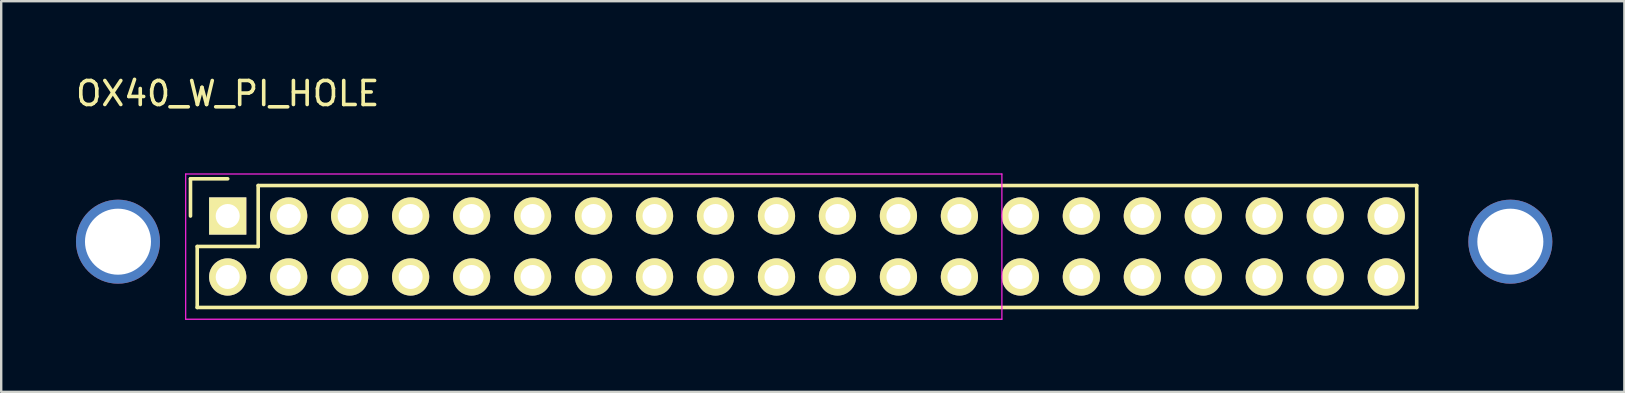
<source format=kicad_pcb>
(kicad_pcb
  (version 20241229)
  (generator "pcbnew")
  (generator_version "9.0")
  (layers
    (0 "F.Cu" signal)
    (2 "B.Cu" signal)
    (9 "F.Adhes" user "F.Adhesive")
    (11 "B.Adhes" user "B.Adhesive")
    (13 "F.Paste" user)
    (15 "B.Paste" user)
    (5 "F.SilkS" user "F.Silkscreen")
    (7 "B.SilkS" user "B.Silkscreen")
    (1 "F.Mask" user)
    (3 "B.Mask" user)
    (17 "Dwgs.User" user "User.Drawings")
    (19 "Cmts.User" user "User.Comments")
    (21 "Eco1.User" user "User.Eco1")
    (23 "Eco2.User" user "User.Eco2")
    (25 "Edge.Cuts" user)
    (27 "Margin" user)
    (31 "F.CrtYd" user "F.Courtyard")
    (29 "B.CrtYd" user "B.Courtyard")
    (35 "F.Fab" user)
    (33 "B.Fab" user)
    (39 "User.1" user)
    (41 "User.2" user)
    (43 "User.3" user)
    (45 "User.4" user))
  (footprint "OX40_W_PI_HOLE"
    (layer "F.Cu")
    (at 6.435 5.948)
    (property "Reference" "OX40_W_PI_HOLE" (at 0 -5.1 0) (layer "F.SilkS") (effects (font (size 1 1) (thickness 0.15))))
    (attr through_hole)
    (fp_line (start -1.55 -1.55) (end -1.55 0) (stroke (width 0.15) (type solid)) (layer "F.SilkS"))
    (fp_line (start -1.27 1.27) (end 1.27 1.27) (stroke (width 0.15) (type solid)) (layer "F.SilkS"))
    (fp_line (start -1.27 3.81) (end -1.27 1.27) (stroke (width 0.15) (type solid)) (layer "F.SilkS"))
    (fp_line (start -1.27 3.81) (end 49.53 3.81) (stroke (width 0.15) (type solid)) (layer "F.SilkS"))
    (fp_line (start 0 -1.55) (end -1.55 -1.55) (stroke (width 0.15) (type solid)) (layer "F.SilkS"))
    (fp_line (start 1.27 -1.27) (end 49.53 -1.27) (stroke (width 0.15) (type solid)) (layer "F.SilkS"))
    (fp_line (start 1.27 1.27) (end 1.27 -1.27) (stroke (width 0.15) (type solid)) (layer "F.SilkS"))
    (fp_line (start 49.53 3.81) (end 49.53 -1.27) (stroke (width 0.15) (type solid)) (layer "F.SilkS"))
    (fp_line (start -1.75 -1.75) (end -1.75 4.3) (stroke (width 0.05) (type solid)) (layer "F.CrtYd"))
    (fp_line (start -1.75 -1.75) (end 32.25 -1.75) (stroke (width 0.05) (type solid)) (layer "F.CrtYd"))
    (fp_line (start -1.75 4.3) (end 32.25 4.3) (stroke (width 0.05) (type solid)) (layer "F.CrtYd"))
    (fp_line (start 32.25 -1.75) (end 32.25 4.3) (stroke (width 0.05) (type solid)) (layer "F.CrtYd"))
    (pad "" np_thru_hole circle (at -4.57 1.07) (size 3.5 3.5) (drill 2.75) (layers "*.Cu" "*.Mask"))
    (pad "" np_thru_hole circle (at 53.43 1.07) (size 3.5 3.5) (drill 2.75) (layers "*.Cu" "*.Mask"))
    (pad "1" thru_hole rect (at 0 0) (size 1.55 1.55) (drill 1) (layers "*.Cu" "*.Mask" "F.SilkS"))
    (pad "2" thru_hole oval (at 0 2.54) (size 1.55 1.55) (drill 1) (layers "*.Cu" "*.Mask" "F.SilkS"))
    (pad "3" thru_hole oval (at 2.54 0) (size 1.55 1.55) (drill 1) (layers "*.Cu" "*.Mask" "F.SilkS"))
    (pad "4" thru_hole oval (at 2.54 2.54) (size 1.55 1.55) (drill 1) (layers "*.Cu" "*.Mask" "F.SilkS"))
    (pad "5" thru_hole oval (at 5.08 0) (size 1.55 1.55) (drill 1) (layers "*.Cu" "*.Mask" "F.SilkS"))
    (pad "6" thru_hole oval (at 5.08 2.54) (size 1.55 1.55) (drill 1) (layers "*.Cu" "*.Mask" "F.SilkS"))
    (pad "7" thru_hole oval (at 7.62 0) (size 1.55 1.55) (drill 1) (layers "*.Cu" "*.Mask" "F.SilkS"))
    (pad "8" thru_hole oval (at 7.62 2.54) (size 1.55 1.55) (drill 1) (layers "*.Cu" "*.Mask" "F.SilkS"))
    (pad "9" thru_hole oval (at 10.16 0) (size 1.55 1.55) (drill 1) (layers "*.Cu" "*.Mask" "F.SilkS"))
    (pad "10" thru_hole oval (at 10.16 2.54) (size 1.55 1.55) (drill 1) (layers "*.Cu" "*.Mask" "F.SilkS"))
    (pad "11" thru_hole oval (at 12.7 0) (size 1.55 1.55) (drill 1) (layers "*.Cu" "*.Mask" "F.SilkS"))
    (pad "12" thru_hole oval (at 12.7 2.54) (size 1.55 1.55) (drill 1) (layers "*.Cu" "*.Mask" "F.SilkS"))
    (pad "13" thru_hole oval (at 15.24 0) (size 1.55 1.55) (drill 1) (layers "*.Cu" "*.Mask" "F.SilkS"))
    (pad "14" thru_hole oval (at 15.24 2.54) (size 1.55 1.55) (drill 1) (layers "*.Cu" "*.Mask" "F.SilkS"))
    (pad "15" thru_hole oval (at 17.78 0) (size 1.55 1.55) (drill 1) (layers "*.Cu" "*.Mask" "F.SilkS"))
    (pad "16" thru_hole oval (at 17.78 2.54) (size 1.55 1.55) (drill 1) (layers "*.Cu" "*.Mask" "F.SilkS"))
    (pad "17" thru_hole oval (at 20.32 0) (size 1.55 1.55) (drill 1) (layers "*.Cu" "*.Mask" "F.SilkS"))
    (pad "18" thru_hole oval (at 20.32 2.54) (size 1.55 1.55) (drill 1) (layers "*.Cu" "*.Mask" "F.SilkS"))
    (pad "19" thru_hole oval (at 22.86 0) (size 1.55 1.55) (drill 1) (layers "*.Cu" "*.Mask" "F.SilkS"))
    (pad "20" thru_hole oval (at 22.86 2.54) (size 1.55 1.55) (drill 1) (layers "*.Cu" "*.Mask" "F.SilkS"))
    (pad "21" thru_hole oval (at 25.4 0) (size 1.55 1.55) (drill 1) (layers "*.Cu" "*.Mask" "F.SilkS"))
    (pad "22" thru_hole oval (at 25.4 2.54) (size 1.55 1.55) (drill 1) (layers "*.Cu" "*.Mask" "F.SilkS"))
    (pad "23" thru_hole oval (at 27.94 0) (size 1.55 1.55) (drill 1) (layers "*.Cu" "*.Mask" "F.SilkS"))
    (pad "24" thru_hole oval (at 27.94 2.54) (size 1.55 1.55) (drill 1) (layers "*.Cu" "*.Mask" "F.SilkS"))
    (pad "25" thru_hole oval (at 30.48 0) (size 1.55 1.55) (drill 1) (layers "*.Cu" "*.Mask" "F.SilkS"))
    (pad "26" thru_hole oval (at 30.48 2.54) (size 1.55 1.55) (drill 1) (layers "*.Cu" "*.Mask" "F.SilkS"))
    (pad "27" thru_hole oval (at 33.02 0) (size 1.55 1.55) (drill 1) (layers "*.Cu" "*.Mask" "F.SilkS"))
    (pad "28" thru_hole oval (at 33.02 2.54) (size 1.55 1.55) (drill 1) (layers "*.Cu" "*.Mask" "F.SilkS"))
    (pad "29" thru_hole oval (at 35.56 0) (size 1.55 1.55) (drill 1) (layers "*.Cu" "*.Mask" "F.SilkS"))
    (pad "30" thru_hole oval (at 35.56 2.54) (size 1.55 1.55) (drill 1) (layers "*.Cu" "*.Mask" "F.SilkS"))
    (pad "31" thru_hole oval (at 38.1 0) (size 1.55 1.55) (drill 1) (layers "*.Cu" "*.Mask" "F.SilkS"))
    (pad "32" thru_hole oval (at 38.1 2.54) (size 1.55 1.55) (drill 1) (layers "*.Cu" "*.Mask" "F.SilkS"))
    (pad "33" thru_hole oval (at 40.64 0) (size 1.55 1.55) (drill 1) (layers "*.Cu" "*.Mask" "F.SilkS"))
    (pad "34" thru_hole oval (at 40.64 2.54) (size 1.55 1.55) (drill 1) (layers "*.Cu" "*.Mask" "F.SilkS"))
    (pad "35" thru_hole oval (at 43.18 0) (size 1.55 1.55) (drill 1) (layers "*.Cu" "*.Mask" "F.SilkS"))
    (pad "36" thru_hole oval (at 43.18 2.54) (size 1.55 1.55) (drill 1) (layers "*.Cu" "*.Mask" "F.SilkS"))
    (pad "37" thru_hole oval (at 45.72 0) (size 1.55 1.55) (drill 1) (layers "*.Cu" "*.Mask" "F.SilkS"))
    (pad "38" thru_hole oval (at 45.72 2.54) (size 1.55 1.55) (drill 1) (layers "*.Cu" "*.Mask" "F.SilkS"))
    (pad "39" thru_hole oval (at 48.26 0) (size 1.55 1.55) (drill 1) (layers "*.Cu" "*.Mask" "F.SilkS"))
    (pad "40" thru_hole oval (at 48.26 2.54) (size 1.55 1.55) (drill 1) (layers "*.Cu" "*.Mask" "F.SilkS")))
  (gr_rect
    (start -3 -3)
    (end 64.615 13.273)
    (stroke (width 0.1) (type default))
    (fill no)
    (layer "Edge.Cuts")))
</source>
